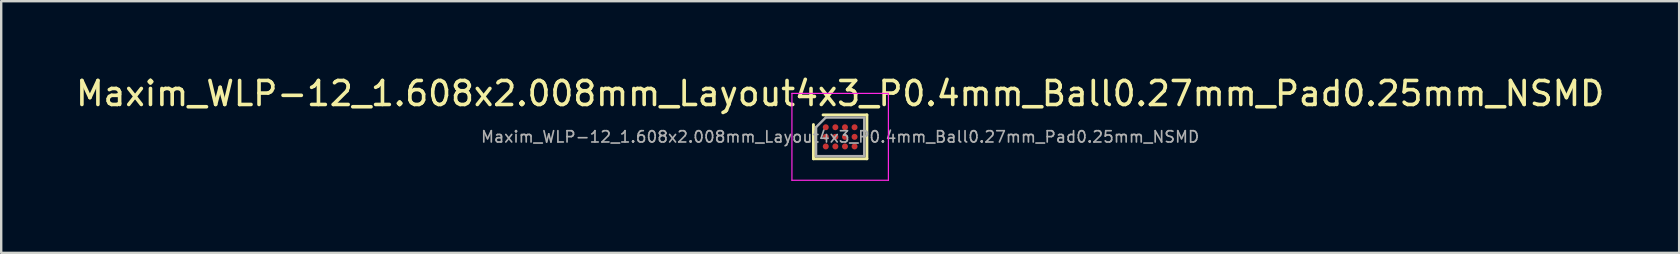
<source format=kicad_pcb>
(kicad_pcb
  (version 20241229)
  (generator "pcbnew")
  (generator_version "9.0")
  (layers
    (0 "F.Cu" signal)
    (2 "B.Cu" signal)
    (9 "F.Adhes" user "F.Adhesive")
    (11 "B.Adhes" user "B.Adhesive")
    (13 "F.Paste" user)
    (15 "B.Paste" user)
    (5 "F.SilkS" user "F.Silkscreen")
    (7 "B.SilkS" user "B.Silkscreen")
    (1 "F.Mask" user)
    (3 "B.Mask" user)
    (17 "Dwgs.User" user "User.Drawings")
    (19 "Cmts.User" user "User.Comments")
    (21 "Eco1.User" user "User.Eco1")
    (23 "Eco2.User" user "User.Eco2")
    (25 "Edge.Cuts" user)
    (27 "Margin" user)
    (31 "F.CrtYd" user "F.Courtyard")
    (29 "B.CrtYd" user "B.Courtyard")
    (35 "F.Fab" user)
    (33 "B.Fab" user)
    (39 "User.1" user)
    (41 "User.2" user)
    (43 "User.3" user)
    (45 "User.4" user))
  (footprint "Maxim_WLP-12_1.608x2.008mm_Layout4x3_P0.4mm_Ball0.27mm_Pad0.25mm_NSMD"
    (layer "F.Cu")
    (at 31.958 2.652)
    (property "Reference" "Maxim_WLP-12_1.608x2.008mm_Layout4x3_P0.4mm_Ball0.27mm_Pad0.25mm_NSMD" (at 0 -1.804 0) (layer "F.SilkS") (effects (font (size 1 1) (thickness 0.15))))
    (attr smd)
    (fp_line (start -1.114 0.914) (end -1.114 -0.512) (stroke (width 0.12) (type solid)) (layer "F.SilkS"))
    (fp_line (start -0.712 -0.914) (end 1.114 -0.914) (stroke (width 0.12) (type solid)) (layer "F.SilkS"))
    (fp_line (start 1.114 -0.914) (end 1.114 0.914) (stroke (width 0.12) (type solid)) (layer "F.SilkS"))
    (fp_line (start 1.114 0.914) (end -1.114 0.914) (stroke (width 0.12) (type solid)) (layer "F.SilkS"))
    (fp_line (start -2.01 -1.81) (end -2.01 1.81) (stroke (width 0.05) (type solid)) (layer "F.CrtYd"))
    (fp_line (start -2.01 1.81) (end 2.01 1.81) (stroke (width 0.05) (type solid)) (layer "F.CrtYd"))
    (fp_line (start 2.01 -1.81) (end -2.01 -1.81) (stroke (width 0.05) (type solid)) (layer "F.CrtYd"))
    (fp_line (start 2.01 1.81) (end 2.01 -1.81) (stroke (width 0.05) (type solid)) (layer "F.CrtYd"))
    (fp_line (start -1.004 -0.402) (end -0.602 -0.804) (stroke (width 0.1) (type solid)) (layer "F.Fab"))
    (fp_line (start -1.004 0.804) (end -1.004 -0.402) (stroke (width 0.1) (type solid)) (layer "F.Fab"))
    (fp_line (start -0.602 -0.804) (end 1.004 -0.804) (stroke (width 0.1) (type solid)) (layer "F.Fab"))
    (fp_line (start 1.004 -0.804) (end 1.004 0.804) (stroke (width 0.1) (type solid)) (layer "F.Fab"))
    (fp_line (start 1.004 0.804) (end -1.004 0.804) (stroke (width 0.1) (type solid)) (layer "F.Fab"))
    (fp_text user "${REFERENCE}" (at 0 0 0) (layer "F.Fab") (effects (font (size 0.47 0.47) (thickness 0.07))))
    (pad "A1" smd circle (at -0.6 -0.4) (size 0.25 0.25) (layers "F.Cu" "F.Mask" "F.Paste"))
    (pad "A2" smd circle (at -0.2 -0.4) (size 0.25 0.25) (layers "F.Cu" "F.Mask" "F.Paste"))
    (pad "A3" smd circle (at 0.2 -0.4) (size 0.25 0.25) (layers "F.Cu" "F.Mask" "F.Paste"))
    (pad "A4" smd circle (at 0.6 -0.4) (size 0.25 0.25) (layers "F.Cu" "F.Mask" "F.Paste"))
    (pad "B1" smd circle (at -0.6 0) (size 0.25 0.25) (layers "F.Cu" "F.Mask" "F.Paste"))
    (pad "B2" smd circle (at -0.2 0) (size 0.25 0.25) (layers "F.Cu" "F.Mask" "F.Paste"))
    (pad "B3" smd circle (at 0.2 0) (size 0.25 0.25) (layers "F.Cu" "F.Mask" "F.Paste"))
    (pad "B4" smd circle (at 0.6 0) (size 0.25 0.25) (layers "F.Cu" "F.Mask" "F.Paste"))
    (pad "C1" smd circle (at -0.6 0.4) (size 0.25 0.25) (layers "F.Cu" "F.Mask" "F.Paste"))
    (pad "C2" smd circle (at -0.2 0.4) (size 0.25 0.25) (layers "F.Cu" "F.Mask" "F.Paste"))
    (pad "C3" smd circle (at 0.2 0.4) (size 0.25 0.25) (layers "F.Cu" "F.Mask" "F.Paste"))
    (pad "C4" smd circle (at 0.6 0.4) (size 0.25 0.25) (layers "F.Cu" "F.Mask" "F.Paste")))
  (gr_rect
    (start -3 -3)
    (end 66.917 7.487)
    (stroke (width 0.1) (type default))
    (fill no)
    (layer "Edge.Cuts")))
</source>
